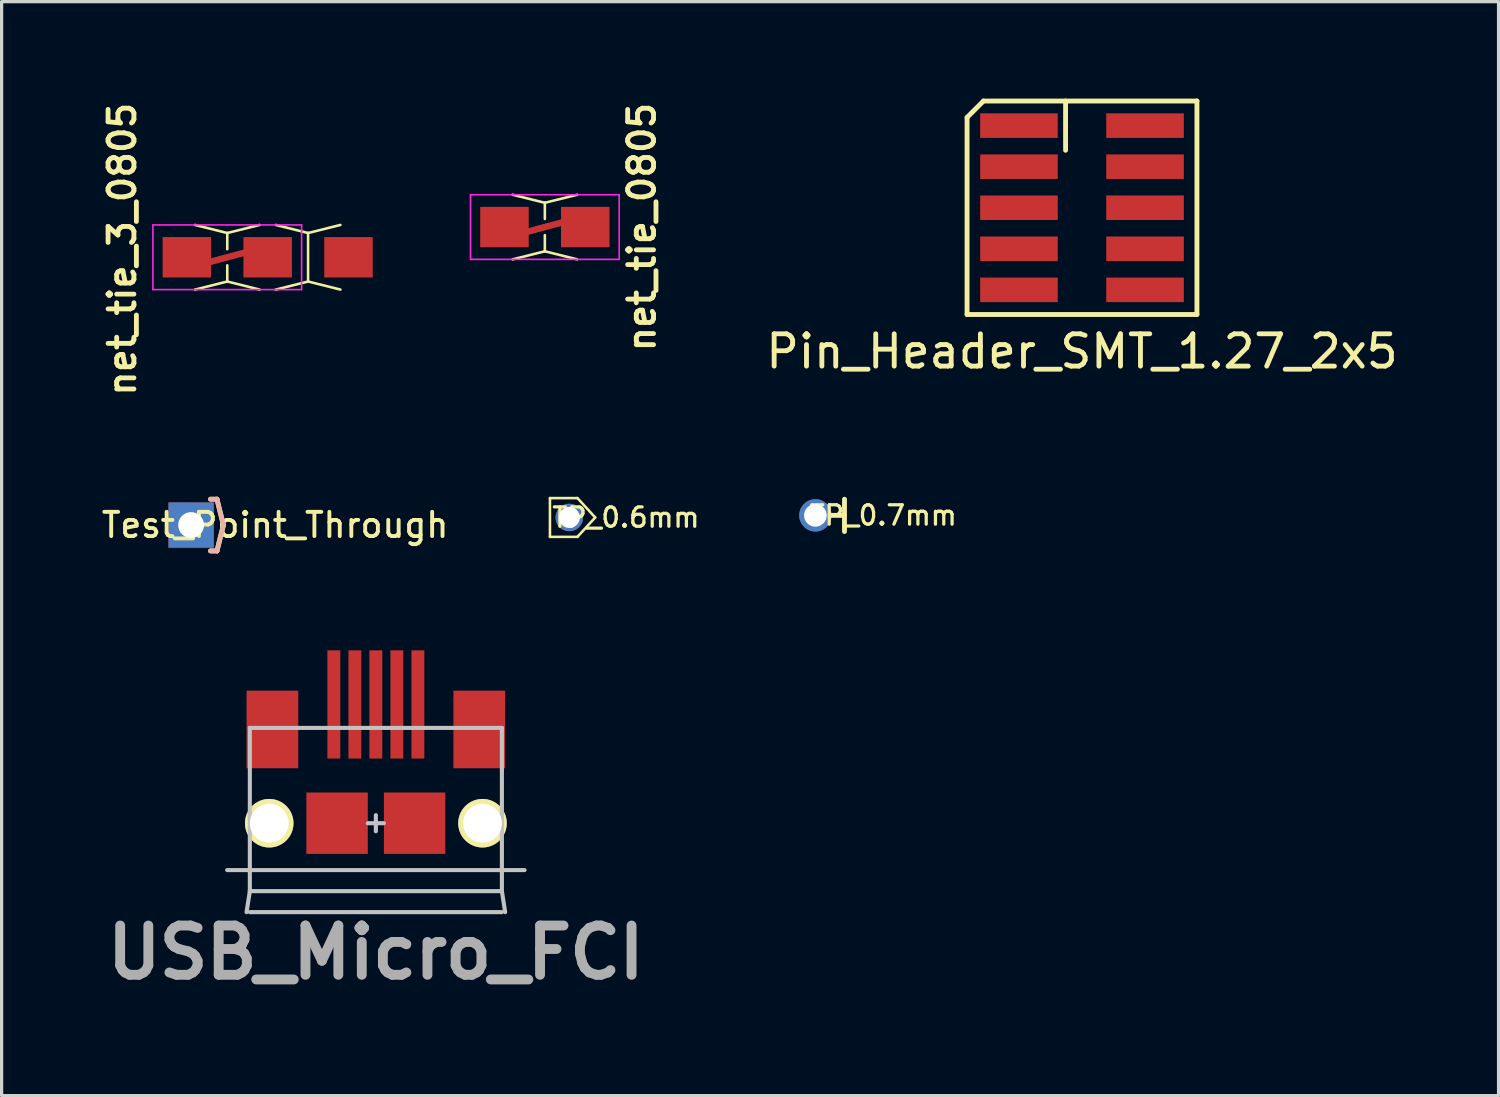
<source format=kicad_pcb>
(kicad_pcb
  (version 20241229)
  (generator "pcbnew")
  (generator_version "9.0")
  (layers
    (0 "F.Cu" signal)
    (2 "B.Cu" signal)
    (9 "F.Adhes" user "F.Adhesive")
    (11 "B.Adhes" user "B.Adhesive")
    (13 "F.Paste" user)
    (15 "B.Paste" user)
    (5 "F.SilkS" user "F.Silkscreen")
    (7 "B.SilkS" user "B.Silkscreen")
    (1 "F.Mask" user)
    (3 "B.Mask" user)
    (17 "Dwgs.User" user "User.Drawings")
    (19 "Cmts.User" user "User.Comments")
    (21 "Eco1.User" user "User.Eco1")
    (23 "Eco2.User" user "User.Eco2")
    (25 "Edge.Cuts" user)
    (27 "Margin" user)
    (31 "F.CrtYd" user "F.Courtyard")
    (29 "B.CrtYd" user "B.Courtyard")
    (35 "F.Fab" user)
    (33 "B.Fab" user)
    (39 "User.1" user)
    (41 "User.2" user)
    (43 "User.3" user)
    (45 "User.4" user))
  (footprint "Pin_Header_SMT_1.27_2x5"
    (layer "F.Cu")
    (at 30.424 3.377)
    (property "Reference" "Pin_Header_SMT_1.27_2x5" (at 0 4.445 0) (layer "F.SilkS") (effects (font (size 1 1) (thickness 0.15))))
    (attr through_hole)
    (fp_line (start -3.556 -2.794) (end -3.556 3.302) (stroke (width 0.15) (type solid)) (layer "F.SilkS"))
    (fp_line (start -3.556 3.302) (end 3.556 3.302) (stroke (width 0.15) (type solid)) (layer "F.SilkS"))
    (fp_line (start -3.048 -3.302) (end -3.556 -2.794) (stroke (width 0.15) (type solid)) (layer "F.SilkS"))
    (fp_line (start -0.508 -3.302) (end -0.508 -1.778) (stroke (width 0.15) (type solid)) (layer "F.SilkS"))
    (fp_line (start 3.556 -3.302) (end -3.048 -3.302) (stroke (width 0.15) (type solid)) (layer "F.SilkS"))
    (fp_line (start 3.556 3.302) (end 3.556 -3.302) (stroke (width 0.15) (type solid)) (layer "F.SilkS"))
    (pad "1" smd rect (at -1.95 -2.54) (size 2.4 0.76) (layers "F.Cu" "F.Mask" "F.Paste"))
    (pad "2" smd rect (at 1.95 -2.54) (size 2.4 0.76) (layers "F.Cu" "F.Mask" "F.Paste"))
    (pad "3" smd rect (at -1.95 -1.27) (size 2.4 0.76) (layers "F.Cu" "F.Mask" "F.Paste"))
    (pad "4" smd rect (at 1.95 -1.27) (size 2.4 0.76) (layers "F.Cu" "F.Mask" "F.Paste"))
    (pad "5" smd rect (at -1.95 0) (size 2.4 0.76) (layers "F.Cu" "F.Mask" "F.Paste"))
    (pad "6" smd rect (at 1.95 0) (size 2.4 0.76) (layers "F.Cu" "F.Mask" "F.Paste"))
    (pad "7" smd rect (at -1.95 1.27) (size 2.4 0.76) (layers "F.Cu" "F.Mask" "F.Paste"))
    (pad "8" smd rect (at 1.95 1.27) (size 2.4 0.76) (layers "F.Cu" "F.Mask" "F.Paste"))
    (pad "9" smd rect (at -1.95 2.54) (size 2.4 0.76) (layers "F.Cu" "F.Mask" "F.Paste"))
    (pad "10" smd rect (at 1.95 2.54) (size 2.4 0.76) (layers "F.Cu" "F.Mask" "F.Paste")))
  (footprint "TP_0.6mm"
    (layer "F.Cu")
    (at 14.564 12.959)
    (property "Reference" "TP_0.6mm" (at 1.75 0 0) (layer "F.SilkS") (effects (font (size 0.6 0.6) (thickness 0.1))))
    (attr through_hole)
    (fp_line (start -0.6 -0.6) (end -0.6 0.6) (stroke (width 0.08) (type solid)) (layer "F.SilkS"))
    (fp_line (start -0.6 -0.6) (end 0.25 -0.6) (stroke (width 0.08) (type solid)) (layer "F.SilkS"))
    (fp_line (start 0.25 -0.6) (end 0.8 0) (stroke (width 0.08) (type solid)) (layer "F.SilkS"))
    (fp_line (start 0.25 0.6) (end -0.6 0.6) (stroke (width 0.08) (type solid)) (layer "F.SilkS"))
    (fp_line (start 0.8 0) (end 0.25 0.6) (stroke (width 0.08) (type solid)) (layer "F.SilkS"))
    (pad "1" thru_hole circle (at 0 0) (size 0.85 0.85) (drill 0.65) (layers "*.Cu" "*.Mask")))
  (footprint "Test_Point_Through"
    (layer "F.Cu")
    (at 2.862 13.194)
    (property "Reference" "Test_Point_Through" (at 2.6 0 0) (layer "F.SilkS") (effects (font (size 0.75 0.75) (thickness 0.12))))
    (attr through_hole)
    (fp_line (start -0.6 0) (end 0 0.6) (stroke (width 0.3) (type solid)) (layer "F.Mask"))
    (fp_line (start -0.2 0.4) (end 0.4 -0.2) (stroke (width 0.3) (type solid)) (layer "F.Mask"))
    (fp_line (start 0 -0.6) (end -0.6 0) (stroke (width 0.3) (type solid)) (layer "F.Mask"))
    (fp_line (start 0 0.6) (end 0.6 0) (stroke (width 0.3) (type solid)) (layer "F.Mask"))
    (fp_line (start 0.2 -0.4) (end -0.4 0.2) (stroke (width 0.3) (type solid)) (layer "F.Mask"))
    (fp_line (start 0.6 0) (end 0 -0.6) (stroke (width 0.3) (type solid)) (layer "F.Mask"))
    (fp_line (start -0.6 0) (end 0 0.6) (stroke (width 0.3) (type solid)) (layer "B.Mask"))
    (fp_line (start -0.4 0.2) (end 0.2 -0.4) (stroke (width 0.3) (type solid)) (layer "B.Mask"))
    (fp_line (start -0.2 0.4) (end 0.4 -0.2) (stroke (width 0.3) (type solid)) (layer "B.Mask"))
    (fp_line (start 0 -0.6) (end -0.6 0) (stroke (width 0.3) (type solid)) (layer "B.Mask"))
    (fp_line (start 0 0.6) (end 0.6 0) (stroke (width 0.3) (type solid)) (layer "B.Mask"))
    (fp_line (start 0.6 0) (end 0 -0.6) (stroke (width 0.3) (type solid)) (layer "B.Mask"))
    (fp_line (start 0.6 -0.8) (end 0.8 -0.8) (stroke (width 0.15) (type solid)) (layer "F.SilkS"))
    (fp_line (start 0.8 -0.8) (end 1 0) (stroke (width 0.15) (type solid)) (layer "F.SilkS"))
    (fp_line (start 0.8 0.8) (end 0.6 0.8) (stroke (width 0.15) (type solid)) (layer "F.SilkS"))
    (fp_line (start 1 0) (end 0.8 0.8) (stroke (width 0.15) (type solid)) (layer "F.SilkS"))
    (fp_line (start 0.6 -0.8) (end 0.8 -0.8) (stroke (width 0.15) (type solid)) (layer "B.SilkS"))
    (fp_line (start 0.8 -0.8) (end 1 0) (stroke (width 0.15) (type solid)) (layer "B.SilkS"))
    (fp_line (start 0.8 0.8) (end 0.6 0.8) (stroke (width 0.15) (type solid)) (layer "B.SilkS"))
    (fp_line (start 1 0) (end 0.8 0.8) (stroke (width 0.15) (type solid)) (layer "B.SilkS"))
    (pad "1" thru_hole rect (at 0 0) (size 1.4 1.4) (drill 0.8) (layers "F.Cu")))
  (footprint "TP_0.7mm"
    (layer "F.Cu")
    (at 22.176 12.894)
    (property "Reference" "TP_0.7mm" (at 2.1 0 0) (layer "F.SilkS") (effects (font (size 0.6 0.6) (thickness 0.1))))
    (attr through_hole)
    (fp_line (start 0.5 0) (end 0.9 0) (stroke (width 0.15) (type solid)) (layer "F.SilkS"))
    (fp_line (start 0.9 -0.5) (end 0.9 0.5) (stroke (width 0.15) (type solid)) (layer "F.SilkS"))
    (pad "1" thru_hole circle (at 0 0) (size 1 1) (drill 0.7) (layers "*.Cu" "*.Mask")))
  (footprint "net_tie_3_0805"
    (layer "F.Cu")
    (at 2.731 4.909)
    (property "Reference" "net_tie_3_0805" (at -2 -0.25 90) (layer "F.SilkS") (effects (font (size 0.8 0.8) (thickness 0.15))))
    (attr smd)
    (fp_line (start 0.25 -1) (end 1.25 -0.75) (stroke (width 0.08) (type solid)) (layer "F.SilkS"))
    (fp_line (start 0.25 1) (end 1.25 0.75) (stroke (width 0.08) (type solid)) (layer "F.SilkS"))
    (fp_line (start 1.25 -0.75) (end 1.25 -0.25) (stroke (width 0.08) (type solid)) (layer "F.SilkS"))
    (fp_line (start 1.25 -0.75) (end 2.25 -1) (stroke (width 0.08) (type solid)) (layer "F.SilkS"))
    (fp_line (start 1.25 0.75) (end 1.25 0.25) (stroke (width 0.08) (type solid)) (layer "F.SilkS"))
    (fp_line (start 1.25 0.75) (end 2.25 1) (stroke (width 0.08) (type solid)) (layer "F.SilkS"))
    (fp_line (start 2.75 -1) (end 3.75 -0.75) (stroke (width 0.08) (type solid)) (layer "F.SilkS"))
    (fp_line (start 2.75 1) (end 3.75 0.75) (stroke (width 0.08) (type solid)) (layer "F.SilkS"))
    (fp_line (start 3.75 -0.75) (end 4.75 -1) (stroke (width 0.08) (type solid)) (layer "F.SilkS"))
    (fp_line (start 3.75 0.75) (end 3.75 -0.75) (stroke (width 0.08) (type solid)) (layer "F.SilkS"))
    (fp_line (start 3.75 0.75) (end 4.75 1) (stroke (width 0.08) (type solid)) (layer "F.SilkS"))
    (fp_line (start -1.05 -1) (end -1.05 1) (stroke (width 0.05) (type solid)) (layer "F.CrtYd"))
    (fp_line (start -1.05 -1) (end 3.55 -1) (stroke (width 0.05) (type solid)) (layer "F.CrtYd"))
    (fp_line (start -1.05 1) (end 3.55 1) (stroke (width 0.05) (type solid)) (layer "F.CrtYd"))
    (fp_line (start 3.55 -1) (end 3.55 1) (stroke (width 0.05) (type solid)) (layer "F.CrtYd"))
    (pad "-" smd rect (at 1.25 0 15) (size 1.2 0.2) (layers "F.Cu" "F.Mask"))
    (pad "1" smd rect (at 0 0) (size 1.5 1.25) (layers "F.Cu" "F.Mask"))
    (pad "2" smd rect (at 2.5 0) (size 1.5 1.25) (layers "F.Cu" "F.Mask"))
    (pad "3" smd rect (at 5 0) (size 1.5 1.25) (layers "F.Cu" "F.Mask")))
  (footprint "USB_Micro_FCI"
    (layer "F.Cu")
    (at 8.578 22.418)
    (property "Reference" "USB_Micro_FCI" (at 0 4 0) (layer "F.Fab") (effects (font (size 1.524 1.524) (thickness 0.305))))
    (attr through_hole)
    (fp_line (start -4.6 1.45) (end 4.6 1.45) (stroke (width 0.127) (type solid)) (layer "Dwgs.User"))
    (fp_line (start -3.899 -2.949) (end 3.899 -2.949) (stroke (width 0.127) (type solid)) (layer "Dwgs.User"))
    (fp_line (start -3.899 2.101) (end -4 2.751) (stroke (width 0.127) (type solid)) (layer "Dwgs.User"))
    (fp_line (start -3.899 2.101) (end -3.899 -2.949) (stroke (width 0.127) (type solid)) (layer "Dwgs.User"))
    (fp_line (start -3.899 2.101) (end 3.899 2.101) (stroke (width 0.127) (type solid)) (layer "Dwgs.User"))
    (fp_line (start -3.899 2.751) (end 3.899 2.751) (stroke (width 0.127) (type solid)) (layer "Dwgs.User"))
    (fp_line (start -0.249 0) (end 0.249 0) (stroke (width 0.127) (type solid)) (layer "Dwgs.User"))
    (fp_line (start 0 -0.249) (end 0 0.249) (stroke (width 0.127) (type solid)) (layer "Dwgs.User"))
    (fp_line (start 3.899 -2.949) (end 3.899 2.101) (stroke (width 0.127) (type solid)) (layer "Dwgs.User"))
    (fp_line (start 3.899 2.101) (end 4 2.751) (stroke (width 0.127) (type solid)) (layer "Dwgs.User"))
    (pad "1" smd rect (at -1.3 -3.675) (size 0.399 3.348) (layers "F.Cu" "F.Mask" "F.Paste"))
    (pad "2" smd rect (at -0.65 -3.675) (size 0.399 3.348) (layers "F.Cu" "F.Mask" "F.Paste"))
    (pad "3" smd rect (at 0 -3.675) (size 0.399 3.348) (layers "F.Cu" "F.Mask" "F.Paste"))
    (pad "4" smd rect (at 0.65 -3.675) (size 0.399 3.348) (layers "F.Cu" "F.Mask" "F.Paste"))
    (pad "5" smd rect (at 1.3 -3.675) (size 0.399 3.348) (layers "F.Cu" "F.Mask" "F.Paste"))
    (pad "G" smd rect (at -3.2 -2.901) (size 1.6 2.4) (layers "F.Cu" "F.Mask" "F.Paste"))
    (pad "G" smd rect (at -1.199 0) (size 1.9 1.9) (layers "F.Cu" "F.Mask" "F.Paste"))
    (pad "G" smd rect (at 1.199 0) (size 1.9 1.9) (layers "F.Cu" "F.Mask" "F.Paste"))
    (pad "G" smd rect (at 3.2 -2.901) (size 1.6 2.4) (layers "F.Cu" "F.Mask" "F.Paste"))
    (pad "H" thru_hole circle (at -3.299 0) (size 1.501 1.501) (drill 1.199) (layers "*.Cu" "*.Mask" "F.SilkS"))
    (pad "H" thru_hole circle (at 3.299 0) (size 1.501 1.501) (drill 1.199) (layers "*.Cu" "*.Mask" "F.SilkS")))
  (footprint "net_tie_0805"
    (layer "F.Cu")
    (at 13.806 3.974)
    (property "Reference" "net_tie_0805" (at 3 0 90) (layer "F.SilkS") (effects (font (size 0.8 0.8) (thickness 0.15))))
    (attr smd)
    (fp_line (start -1 -1) (end 0 -0.75) (stroke (width 0.08) (type solid)) (layer "F.SilkS"))
    (fp_line (start -1 1) (end 0 0.75) (stroke (width 0.08) (type solid)) (layer "F.SilkS"))
    (fp_line (start 0 -0.75) (end 0 -0.25) (stroke (width 0.08) (type solid)) (layer "F.SilkS"))
    (fp_line (start 0 -0.75) (end 1 -1) (stroke (width 0.08) (type solid)) (layer "F.SilkS"))
    (fp_line (start 0 0.75) (end 0 0.25) (stroke (width 0.08) (type solid)) (layer "F.SilkS"))
    (fp_line (start 0 0.75) (end 1 1) (stroke (width 0.08) (type solid)) (layer "F.SilkS"))
    (fp_line (start -2.3 -1) (end -2.3 1) (stroke (width 0.05) (type solid)) (layer "F.CrtYd"))
    (fp_line (start -2.3 -1) (end 2.3 -1) (stroke (width 0.05) (type solid)) (layer "F.CrtYd"))
    (fp_line (start -2.3 1) (end 2.3 1) (stroke (width 0.05) (type solid)) (layer "F.CrtYd"))
    (fp_line (start 2.3 -1) (end 2.3 1) (stroke (width 0.05) (type solid)) (layer "F.CrtYd"))
    (pad "-" smd rect (at 0 0 15) (size 1.2 0.2) (layers "F.Cu" "F.Mask"))
    (pad "1" smd rect (at -1.25 0) (size 1.5 1.25) (layers "F.Cu" "F.Mask"))
    (pad "2" smd rect (at 1.25 0) (size 1.5 1.25) (layers "F.Cu" "F.Mask")))
  (gr_rect
    (start -3 -3)
    (end 43.311 30.845)
    (stroke (width 0.1) (type default))
    (fill no)
    (layer "Edge.Cuts")))
</source>
